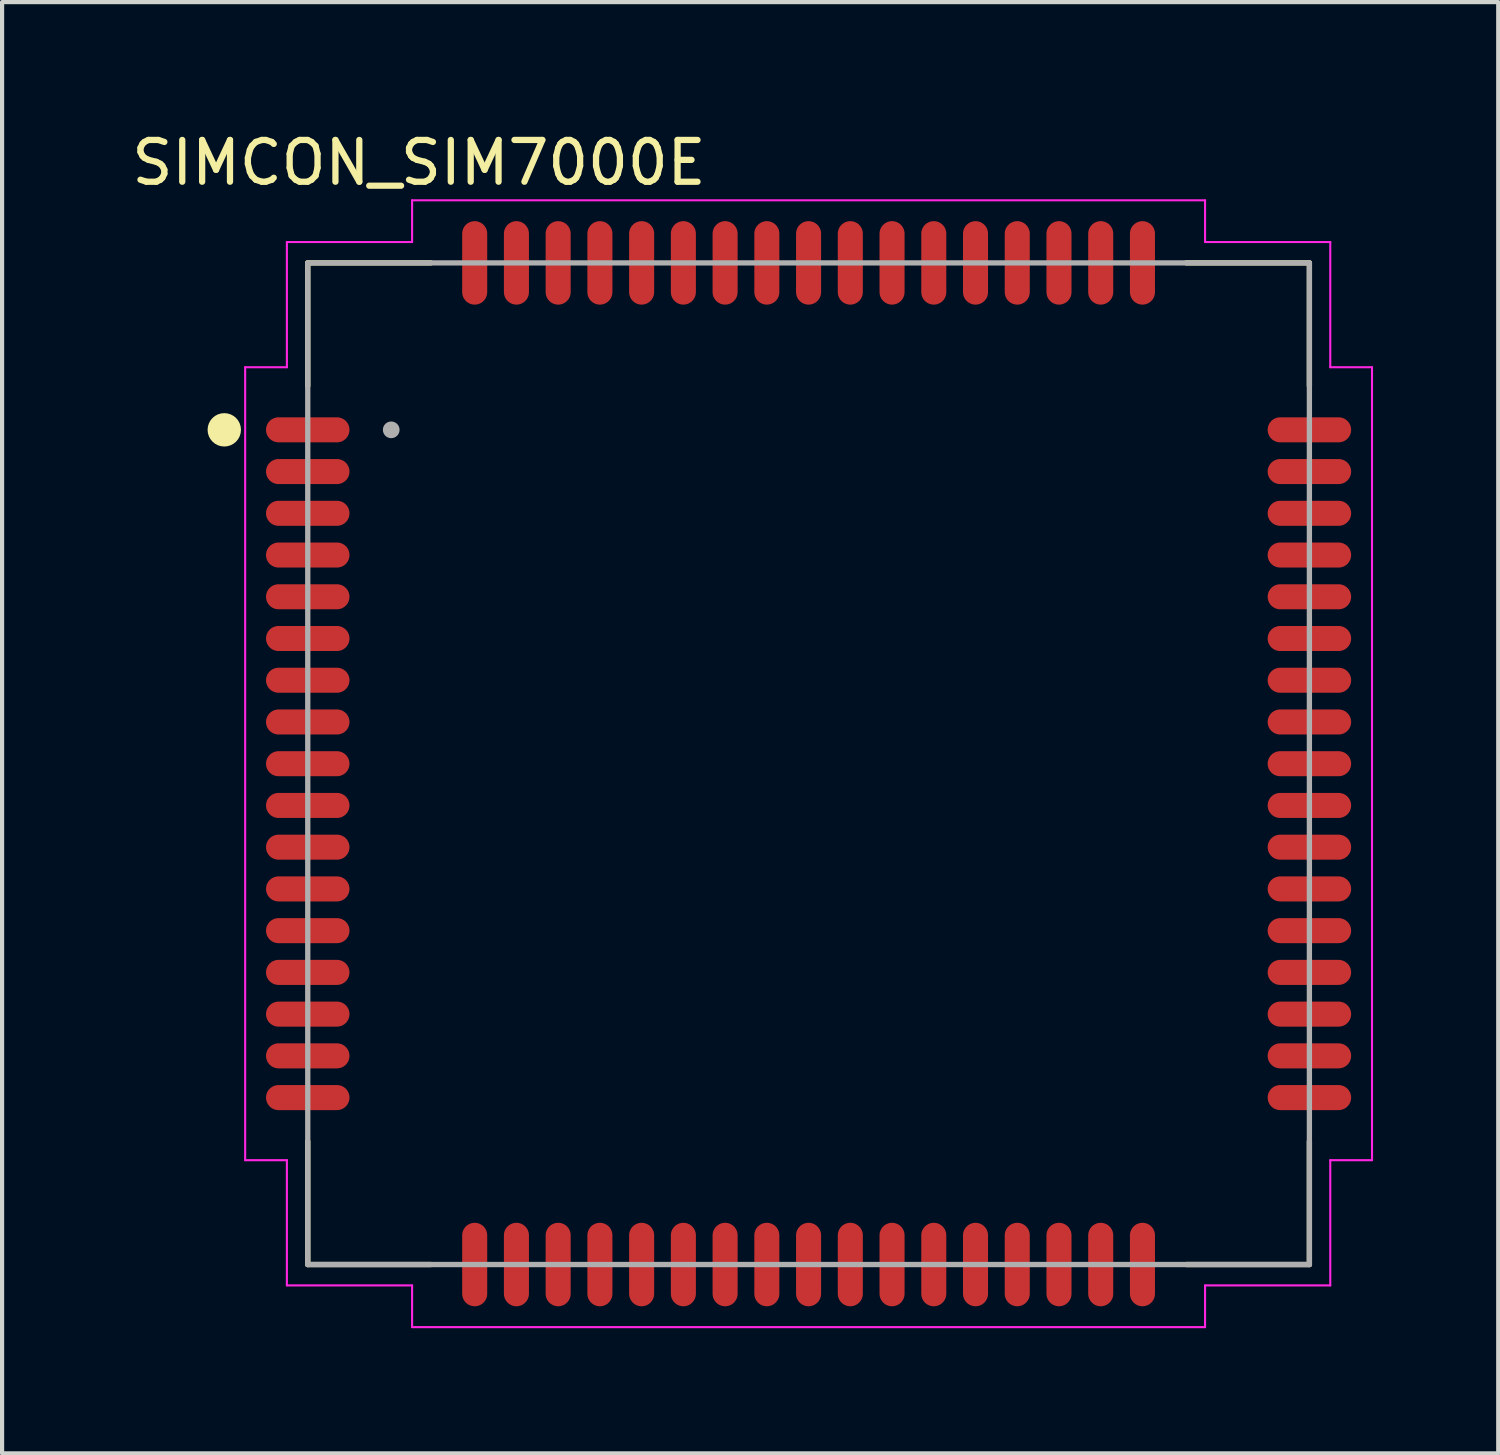
<source format=kicad_pcb>
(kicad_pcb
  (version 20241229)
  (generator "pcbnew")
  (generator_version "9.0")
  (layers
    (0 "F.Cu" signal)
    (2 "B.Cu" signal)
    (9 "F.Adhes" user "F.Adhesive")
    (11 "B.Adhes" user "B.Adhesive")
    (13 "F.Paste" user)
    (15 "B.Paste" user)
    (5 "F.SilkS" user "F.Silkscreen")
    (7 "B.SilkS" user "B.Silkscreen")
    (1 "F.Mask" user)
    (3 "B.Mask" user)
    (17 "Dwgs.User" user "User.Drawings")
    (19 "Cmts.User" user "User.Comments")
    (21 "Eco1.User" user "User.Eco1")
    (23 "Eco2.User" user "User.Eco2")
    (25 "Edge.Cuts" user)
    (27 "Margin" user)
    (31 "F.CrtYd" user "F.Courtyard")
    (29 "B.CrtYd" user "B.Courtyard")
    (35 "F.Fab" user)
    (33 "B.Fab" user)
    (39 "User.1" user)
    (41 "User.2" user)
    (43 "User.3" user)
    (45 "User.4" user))
  (footprint "SIMCON_SIM7000E"
    (layer "F.Cu")
    (at 16.324 15.249)
    (property "Reference" "SIMCON_SIM7000E" (at -9.335 -14.4 0) (layer "F.SilkS") (effects (font (size 1.001 1.001) (thickness 0.15))))
    (attr smd)
    (fp_line (start -12 -12) (end -9.05 -12) (stroke (width 0.127) (type solid)) (layer "F.SilkS"))
    (fp_line (start -12 -9.05) (end -12 -12) (stroke (width 0.127) (type solid)) (layer "F.SilkS"))
    (fp_line (start -12 9.05) (end -12 12) (stroke (width 0.127) (type solid)) (layer "F.SilkS"))
    (fp_line (start -12 12) (end -9.05 12) (stroke (width 0.127) (type solid)) (layer "F.SilkS"))
    (fp_line (start 9.05 -12) (end 12 -12) (stroke (width 0.127) (type solid)) (layer "F.SilkS"))
    (fp_line (start 12 -12) (end 12 -9.05) (stroke (width 0.127) (type solid)) (layer "F.SilkS"))
    (fp_line (start 12 9.05) (end 12 12) (stroke (width 0.127) (type solid)) (layer "F.SilkS"))
    (fp_line (start 12 12) (end 9.05 12) (stroke (width 0.127) (type solid)) (layer "F.SilkS"))
    (fp_circle (center -14 -8) (end -13.8 -8) (stroke (width 0.4) (type solid)) (fill no) (layer "F.SilkS"))
    (fp_line (start -13.5 -9.5) (end -12.5 -9.5) (stroke (width 0.05) (type solid)) (layer "F.CrtYd"))
    (fp_line (start -13.5 9.5) (end -13.5 -9.5) (stroke (width 0.05) (type solid)) (layer "F.CrtYd"))
    (fp_line (start -12.5 -12.5) (end -9.5 -12.5) (stroke (width 0.05) (type solid)) (layer "F.CrtYd"))
    (fp_line (start -12.5 -9.5) (end -12.5 -12.5) (stroke (width 0.05) (type solid)) (layer "F.CrtYd"))
    (fp_line (start -12.5 9.5) (end -13.5 9.5) (stroke (width 0.05) (type solid)) (layer "F.CrtYd"))
    (fp_line (start -12.5 12.5) (end -12.5 9.5) (stroke (width 0.05) (type solid)) (layer "F.CrtYd"))
    (fp_line (start -9.5 -13.5) (end 9.5 -13.5) (stroke (width 0.05) (type solid)) (layer "F.CrtYd"))
    (fp_line (start -9.5 -12.5) (end -9.5 -13.5) (stroke (width 0.05) (type solid)) (layer "F.CrtYd"))
    (fp_line (start -9.5 12.5) (end -12.5 12.5) (stroke (width 0.05) (type solid)) (layer "F.CrtYd"))
    (fp_line (start -9.5 13.5) (end -9.5 12.5) (stroke (width 0.05) (type solid)) (layer "F.CrtYd"))
    (fp_line (start 9.5 -13.5) (end 9.5 -12.5) (stroke (width 0.05) (type solid)) (layer "F.CrtYd"))
    (fp_line (start 9.5 -12.5) (end 12.5 -12.5) (stroke (width 0.05) (type solid)) (layer "F.CrtYd"))
    (fp_line (start 9.5 12.5) (end 9.5 13.5) (stroke (width 0.05) (type solid)) (layer "F.CrtYd"))
    (fp_line (start 9.5 13.5) (end -9.5 13.5) (stroke (width 0.05) (type solid)) (layer "F.CrtYd"))
    (fp_line (start 12.5 -12.5) (end 12.5 -9.5) (stroke (width 0.05) (type solid)) (layer "F.CrtYd"))
    (fp_line (start 12.5 -9.5) (end 13.5 -9.5) (stroke (width 0.05) (type solid)) (layer "F.CrtYd"))
    (fp_line (start 12.5 9.5) (end 12.5 12.5) (stroke (width 0.05) (type solid)) (layer "F.CrtYd"))
    (fp_line (start 12.5 12.5) (end 9.5 12.5) (stroke (width 0.05) (type solid)) (layer "F.CrtYd"))
    (fp_line (start 13.5 -9.5) (end 13.5 9.5) (stroke (width 0.05) (type solid)) (layer "F.CrtYd"))
    (fp_line (start 13.5 9.5) (end 12.5 9.5) (stroke (width 0.05) (type solid)) (layer "F.CrtYd"))
    (fp_line (start -12 -12) (end 12 -12) (stroke (width 0.127) (type solid)) (layer "F.Fab"))
    (fp_line (start -12 12) (end -12 -12) (stroke (width 0.127) (type solid)) (layer "F.Fab"))
    (fp_line (start 12 -12) (end 12 12) (stroke (width 0.127) (type solid)) (layer "F.Fab"))
    (fp_line (start 12 12) (end -12 12) (stroke (width 0.127) (type solid)) (layer "F.Fab"))
    (fp_circle (center -10 -8) (end -9.9 -8) (stroke (width 0.2) (type solid)) (fill no) (layer "F.Fab"))
    (pad "1" smd oval (at -12 -8) (size 2 0.6) (layers "F.Cu" "F.Mask" "F.Paste"))
    (pad "2" smd oval (at -12 -7) (size 2 0.6) (layers "F.Cu" "F.Mask" "F.Paste"))
    (pad "3" smd oval (at -12 -6) (size 2 0.6) (layers "F.Cu" "F.Mask" "F.Paste"))
    (pad "4" smd oval (at -12 -5) (size 2 0.6) (layers "F.Cu" "F.Mask" "F.Paste"))
    (pad "5" smd oval (at -12 -4) (size 2 0.6) (layers "F.Cu" "F.Mask" "F.Paste"))
    (pad "6" smd oval (at -12 -3) (size 2 0.6) (layers "F.Cu" "F.Mask" "F.Paste"))
    (pad "7" smd oval (at -12 -2) (size 2 0.6) (layers "F.Cu" "F.Mask" "F.Paste"))
    (pad "8" smd oval (at -12 -1) (size 2 0.6) (layers "F.Cu" "F.Mask" "F.Paste"))
    (pad "9" smd oval (at -12 0) (size 2 0.6) (layers "F.Cu" "F.Mask" "F.Paste"))
    (pad "10" smd oval (at -12 1) (size 2 0.6) (layers "F.Cu" "F.Mask" "F.Paste"))
    (pad "11" smd oval (at -12 2) (size 2 0.6) (layers "F.Cu" "F.Mask" "F.Paste"))
    (pad "12" smd oval (at -12 3) (size 2 0.6) (layers "F.Cu" "F.Mask" "F.Paste"))
    (pad "13" smd oval (at -12 4) (size 2 0.6) (layers "F.Cu" "F.Mask" "F.Paste"))
    (pad "14" smd oval (at -12 5) (size 2 0.6) (layers "F.Cu" "F.Mask" "F.Paste"))
    (pad "15" smd oval (at -12 6) (size 2 0.6) (layers "F.Cu" "F.Mask" "F.Paste"))
    (pad "16" smd oval (at -12 7) (size 2 0.6) (layers "F.Cu" "F.Mask" "F.Paste"))
    (pad "17" smd oval (at -12 8) (size 2 0.6) (layers "F.Cu" "F.Mask" "F.Paste"))
    (pad "18" smd oval (at -8 12 270) (size 2 0.6) (layers "F.Cu" "F.Mask" "F.Paste"))
    (pad "19" smd oval (at -7 12 270) (size 2 0.6) (layers "F.Cu" "F.Mask" "F.Paste"))
    (pad "20" smd oval (at -6 12 270) (size 2 0.6) (layers "F.Cu" "F.Mask" "F.Paste"))
    (pad "21" smd oval (at -5 12 270) (size 2 0.6) (layers "F.Cu" "F.Mask" "F.Paste"))
    (pad "22" smd oval (at -4 12 270) (size 2 0.6) (layers "F.Cu" "F.Mask" "F.Paste"))
    (pad "23" smd oval (at -3 12 270) (size 2 0.6) (layers "F.Cu" "F.Mask" "F.Paste"))
    (pad "24" smd oval (at -2 12 270) (size 2 0.6) (layers "F.Cu" "F.Mask" "F.Paste"))
    (pad "25" smd oval (at -1 12 270) (size 2 0.6) (layers "F.Cu" "F.Mask" "F.Paste"))
    (pad "26" smd oval (at 0 12 270) (size 2 0.6) (layers "F.Cu" "F.Mask" "F.Paste"))
    (pad "27" smd oval (at 1 12 270) (size 2 0.6) (layers "F.Cu" "F.Mask" "F.Paste"))
    (pad "28" smd oval (at 2 12 270) (size 2 0.6) (layers "F.Cu" "F.Mask" "F.Paste"))
    (pad "29" smd oval (at 3 12 270) (size 2 0.6) (layers "F.Cu" "F.Mask" "F.Paste"))
    (pad "30" smd oval (at 4 12 270) (size 2 0.6) (layers "F.Cu" "F.Mask" "F.Paste"))
    (pad "31" smd oval (at 5 12 270) (size 2 0.6) (layers "F.Cu" "F.Mask" "F.Paste"))
    (pad "32" smd oval (at 6 12 270) (size 2 0.6) (layers "F.Cu" "F.Mask" "F.Paste"))
    (pad "33" smd oval (at 7 12 270) (size 2 0.6) (layers "F.Cu" "F.Mask" "F.Paste"))
    (pad "34" smd oval (at 8 12 270) (size 2 0.6) (layers "F.Cu" "F.Mask" "F.Paste"))
    (pad "35" smd oval (at 12 8) (size 2 0.6) (layers "F.Cu" "F.Mask" "F.Paste"))
    (pad "36" smd oval (at 12 7) (size 2 0.6) (layers "F.Cu" "F.Mask" "F.Paste"))
    (pad "37" smd oval (at 12 6) (size 2 0.6) (layers "F.Cu" "F.Mask" "F.Paste"))
    (pad "38" smd oval (at 12 5) (size 2 0.6) (layers "F.Cu" "F.Mask" "F.Paste"))
    (pad "39" smd oval (at 12 4) (size 2 0.6) (layers "F.Cu" "F.Mask" "F.Paste"))
    (pad "40" smd oval (at 12 3) (size 2 0.6) (layers "F.Cu" "F.Mask" "F.Paste"))
    (pad "41" smd oval (at 12 2) (size 2 0.6) (layers "F.Cu" "F.Mask" "F.Paste"))
    (pad "42" smd oval (at 12 1) (size 2 0.6) (layers "F.Cu" "F.Mask" "F.Paste"))
    (pad "43" smd oval (at 12 0) (size 2 0.6) (layers "F.Cu" "F.Mask" "F.Paste"))
    (pad "44" smd oval (at 12 -1) (size 2 0.6) (layers "F.Cu" "F.Mask" "F.Paste"))
    (pad "45" smd oval (at 12 -2) (size 2 0.6) (layers "F.Cu" "F.Mask" "F.Paste"))
    (pad "46" smd oval (at 12 -3) (size 2 0.6) (layers "F.Cu" "F.Mask" "F.Paste"))
    (pad "47" smd oval (at 12 -4) (size 2 0.6) (layers "F.Cu" "F.Mask" "F.Paste"))
    (pad "48" smd oval (at 12 -5) (size 2 0.6) (layers "F.Cu" "F.Mask" "F.Paste"))
    (pad "49" smd oval (at 12 -6) (size 2 0.6) (layers "F.Cu" "F.Mask" "F.Paste"))
    (pad "50" smd oval (at 12 -7) (size 2 0.6) (layers "F.Cu" "F.Mask" "F.Paste"))
    (pad "51" smd oval (at 12 -8) (size 2 0.6) (layers "F.Cu" "F.Mask" "F.Paste"))
    (pad "52" smd oval (at 8 -12 90) (size 2 0.6) (layers "F.Cu" "F.Mask" "F.Paste"))
    (pad "53" smd oval (at 7 -12 90) (size 2 0.6) (layers "F.Cu" "F.Mask" "F.Paste"))
    (pad "54" smd oval (at 6 -12 90) (size 2 0.6) (layers "F.Cu" "F.Mask" "F.Paste"))
    (pad "55" smd oval (at 5 -12 90) (size 2 0.6) (layers "F.Cu" "F.Mask" "F.Paste"))
    (pad "56" smd oval (at 4 -12 90) (size 2 0.6) (layers "F.Cu" "F.Mask" "F.Paste"))
    (pad "57" smd oval (at 3 -12 90) (size 2 0.6) (layers "F.Cu" "F.Mask" "F.Paste"))
    (pad "58" smd oval (at 2 -12 90) (size 2 0.6) (layers "F.Cu" "F.Mask" "F.Paste"))
    (pad "59" smd oval (at 1 -12 90) (size 2 0.6) (layers "F.Cu" "F.Mask" "F.Paste"))
    (pad "60" smd oval (at 0 -12 90) (size 2 0.6) (layers "F.Cu" "F.Mask" "F.Paste"))
    (pad "61" smd oval (at -1 -12 90) (size 2 0.6) (layers "F.Cu" "F.Mask" "F.Paste"))
    (pad "62" smd oval (at -2 -12 90) (size 2 0.6) (layers "F.Cu" "F.Mask" "F.Paste"))
    (pad "63" smd oval (at -3 -12 90) (size 2 0.6) (layers "F.Cu" "F.Mask" "F.Paste"))
    (pad "64" smd oval (at -4 -12 90) (size 2 0.6) (layers "F.Cu" "F.Mask" "F.Paste"))
    (pad "65" smd oval (at -5 -12 90) (size 2 0.6) (layers "F.Cu" "F.Mask" "F.Paste"))
    (pad "66" smd oval (at -6 -12 90) (size 2 0.6) (layers "F.Cu" "F.Mask" "F.Paste"))
    (pad "67" smd oval (at -7 -12 90) (size 2 0.6) (layers "F.Cu" "F.Mask" "F.Paste"))
    (pad "68" smd oval (at -8 -12 90) (size 2 0.6) (layers "F.Cu" "F.Mask" "F.Paste"))
    (zone (net_name "") (layer "F.Cu") (hatch full 0.508) (connect_pads) (min_thickness 0.01) (filled_areas_thickness no) (keepout (tracks not_allowed) (vias not_allowed) (pads not_allowed) (copperpour not_allowed) (footprints allowed)) (placement (enabled no)) (fill) (polygon (pts (xy 5.414 6.049) (xy 7.824 6.049) (xy 7.824 8.442) (xy 5.414 8.442))))
    (zone (net_name "") (layer "F.Cu") (hatch full 0.508) (connect_pads) (min_thickness 0.01) (filled_areas_thickness no) (keepout (tracks not_allowed) (vias not_allowed) (pads not_allowed) (copperpour not_allowed) (footprints allowed)) (placement (enabled no)) (fill) (polygon (pts (xy 17.625 17.149) (xy 20.024 17.149) (xy 20.024 19.553) (xy 17.625 19.553)))))
  (gr_rect
    (start -3 -3)
    (end 32.849 31.774)
    (stroke (width 0.1) (type default))
    (fill no)
    (layer "Edge.Cuts")))
</source>
